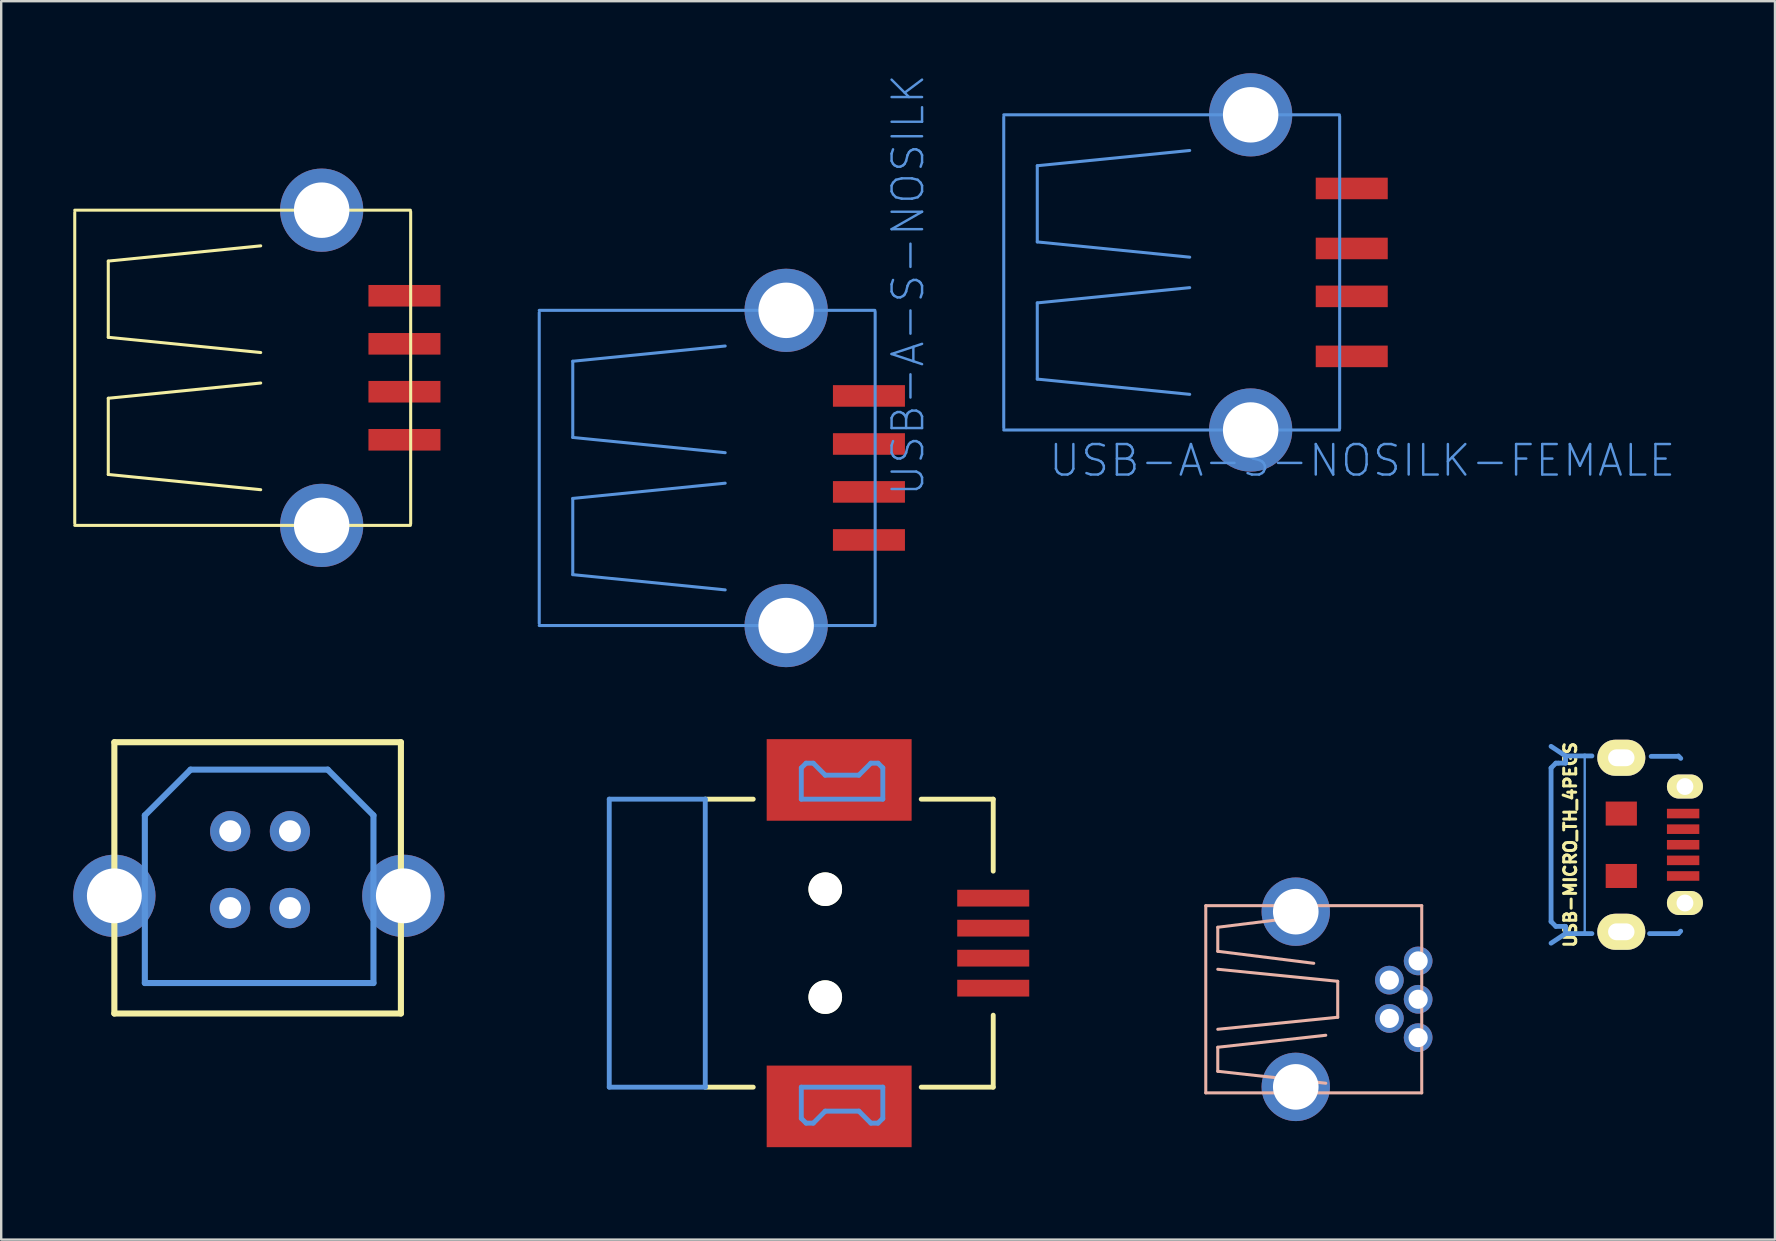
<source format=kicad_pcb>
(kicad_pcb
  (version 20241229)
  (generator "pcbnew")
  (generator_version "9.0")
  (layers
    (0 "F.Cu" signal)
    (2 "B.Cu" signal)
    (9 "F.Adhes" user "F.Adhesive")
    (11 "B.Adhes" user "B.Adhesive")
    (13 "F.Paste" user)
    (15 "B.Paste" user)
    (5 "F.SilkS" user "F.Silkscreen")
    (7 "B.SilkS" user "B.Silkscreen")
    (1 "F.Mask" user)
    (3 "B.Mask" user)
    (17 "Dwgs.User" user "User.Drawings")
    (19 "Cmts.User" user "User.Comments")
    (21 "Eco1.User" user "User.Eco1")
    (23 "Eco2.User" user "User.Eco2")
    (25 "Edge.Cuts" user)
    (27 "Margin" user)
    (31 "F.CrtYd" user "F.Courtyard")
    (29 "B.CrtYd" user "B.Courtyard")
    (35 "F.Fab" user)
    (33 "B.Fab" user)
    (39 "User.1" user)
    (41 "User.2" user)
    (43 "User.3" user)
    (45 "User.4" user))
  (footprint "USB-B-PTH-VERTICAL"
    (layer "F.Cu")
    (at 1.714 39.174)
    (property "Reference" "USB-B-PTH-VERTICAL" (at 10.516 1.676 0) (layer "Eco1.User") (effects (font (size 0.813 0.813) (thickness 0.064))))
    (attr through_hole)
    (fp_line (start 0 -11.303) (end 0 0) (stroke (width 0.254) (type solid)) (layer "F.SilkS"))
    (fp_line (start 0 0) (end 11.938 0) (stroke (width 0.254) (type solid)) (layer "F.SilkS"))
    (fp_line (start 11.938 -11.303) (end 0 -11.303) (stroke (width 0.254) (type solid)) (layer "F.SilkS"))
    (fp_line (start 11.938 0) (end 11.938 -11.303) (stroke (width 0.254) (type solid)) (layer "F.SilkS"))
    (fp_line (start 1.27 -8.255) (end 1.27 -1.27) (stroke (width 0.254) (type solid)) (layer "Cmts.User"))
    (fp_line (start 1.27 -1.27) (end 10.795 -1.27) (stroke (width 0.254) (type solid)) (layer "Cmts.User"))
    (fp_line (start 3.175 -10.16) (end 1.27 -8.255) (stroke (width 0.254) (type solid)) (layer "Cmts.User"))
    (fp_line (start 8.89 -10.16) (end 3.175 -10.16) (stroke (width 0.254) (type solid)) (layer "Cmts.User"))
    (fp_line (start 10.795 -8.255) (end 8.89 -10.16) (stroke (width 0.254) (type solid)) (layer "Cmts.User"))
    (fp_line (start 10.795 -1.27) (end 10.795 -8.255) (stroke (width 0.254) (type solid)) (layer "Cmts.User"))
    (pad "D+" thru_hole oval (at 4.826 -4.394 270) (size 1.676 1.676) (drill 0.914) (layers "*.Cu" "*.Mask"))
    (pad "D-" thru_hole oval (at 4.826 -7.595 270) (size 1.676 1.676) (drill 0.914) (layers "*.Cu" "*.Mask"))
    (pad "GND" thru_hole oval (at 7.315 -4.394 90) (size 1.676 1.676) (drill 0.914) (layers "*.Cu" "*.Mask"))
    (pad "P$1" thru_hole oval (at 0 -4.902) (size 3.429 3.429) (drill 2.286) (layers "*.Cu" "*.Mask"))
    (pad "P$2" thru_hole oval (at 12.04 -4.902) (size 3.429 3.429) (drill 2.286) (layers "*.Cu" "*.Mask"))
    (pad "VBUS" thru_hole oval (at 7.315 -7.595 90) (size 1.676 1.676) (drill 0.914) (layers "*.Cu" "*.Mask")))
  (footprint "USB-MICRO_TH_4PEGS"
    (layer "F.Cu")
    (at 67.071 32.144)
    (property "Reference" "USB-MICRO_TH_4PEGS" (at -4.7 0 90) (layer "F.SilkS") (effects (font (size 0.5 0.5) (thickness 0.125))))
    (attr smd)
    (fp_line (start -5.502 -3.2) (end -5.502 3.2) (stroke (width 0.201) (type solid)) (layer "Cmts.User"))
    (fp_line (start -5.502 4.1) (end -4.9 3.701) (stroke (width 0.201) (type solid)) (layer "Cmts.User"))
    (fp_line (start -5.301 -3.401) (end -5.502 -3.2) (stroke (width 0.201) (type solid)) (layer "Cmts.User"))
    (fp_line (start -5.301 3.401) (end -5.502 3.2) (stroke (width 0.201) (type solid)) (layer "Cmts.User"))
    (fp_line (start -5.199 -3.401) (end -5.301 -3.401) (stroke (width 0.201) (type solid)) (layer "Cmts.User"))
    (fp_line (start -4.9 -3.701) (end -5.502 -4.1) (stroke (width 0.201) (type solid)) (layer "Cmts.User"))
    (fp_line (start -4.9 -3.701) (end -4.9 -3.5) (stroke (width 0.201) (type solid)) (layer "Cmts.User"))
    (fp_line (start -4.9 -3.5) (end -4.9 -3.401) (stroke (width 0.201) (type solid)) (layer "Cmts.User"))
    (fp_line (start -4.9 -3.401) (end -5.199 -3.401) (stroke (width 0.201) (type solid)) (layer "Cmts.User"))
    (fp_line (start -4.9 3.401) (end -5.301 3.401) (stroke (width 0.201) (type solid)) (layer "Cmts.User"))
    (fp_line (start -4.9 3.701) (end -4.9 3.401) (stroke (width 0.201) (type solid)) (layer "Cmts.User"))
    (fp_line (start -4.9 3.701) (end -4.1 3.701) (stroke (width 0.201) (type solid)) (layer "Cmts.User"))
    (fp_line (start -4.1 -3.701) (end -4.9 -3.701) (stroke (width 0.201) (type solid)) (layer "Cmts.User"))
    (fp_line (start -4.1 -3.701) (end -4.1 3.701) (stroke (width 0.099) (type solid)) (layer "Cmts.User"))
    (fp_line (start -4.1 -3.701) (end -3.8 -3.701) (stroke (width 0.201) (type solid)) (layer "Cmts.User"))
    (fp_line (start -4.1 3.701) (end -3.8 3.701) (stroke (width 0.201) (type solid)) (layer "Cmts.User"))
    (fp_line (start -0.254 -3.683) (end -1.333 -3.683) (stroke (width 0.2) (type solid)) (layer "Cmts.User"))
    (fp_line (start -0.201 3.701) (end -1.4 3.701) (stroke (width 0.201) (type solid)) (layer "Cmts.User"))
    (fp_line (start -0.201 3.701) (end -0.102 3.599) (stroke (width 0.201) (type solid)) (layer "Cmts.User"))
    (fp_line (start -0.099 -3.599) (end -0.198 -3.701) (stroke (width 0.201) (type solid)) (layer "Cmts.User"))
    (pad "1" smd rect (at 0 -1.3) (size 1.349 0.399) (layers "F.Cu" "F.Mask" "F.Paste"))
    (pad "2" smd rect (at 0 -0.65) (size 1.349 0.399) (layers "F.Cu" "F.Mask" "F.Paste"))
    (pad "3" smd rect (at 0 0) (size 1.349 0.399) (layers "F.Cu" "F.Mask" "F.Paste"))
    (pad "4" smd rect (at 0 0.65) (size 1.349 0.399) (layers "F.Cu" "F.Mask" "F.Paste"))
    (pad "5" smd rect (at 0 1.3) (size 1.349 0.399) (layers "F.Cu" "F.Mask" "F.Paste"))
    (pad "MNT" thru_hole oval (at -2.576 -3.625) (size 1.999 1.501) (drill oval 1.1 0.701) (layers "*.Cu" "*.Mask" "F.SilkS"))
    (pad "MNT" smd rect (at -2.576 -1.3) (size 1.3 1.001) (layers "F.Cu" "F.Mask" "F.Paste"))
    (pad "MNT" smd rect (at -2.576 1.3) (size 1.3 1.001) (layers "F.Cu" "F.Mask" "F.Paste"))
    (pad "MNT" thru_hole oval (at -2.576 3.625) (size 1.999 1.501) (drill oval 1.1 0.701) (layers "*.Cu" "*.Mask" "F.SilkS"))
    (pad "MNT" thru_hole oval (at 0.076 -2.426) (size 1.501 1.001) (drill 0.701) (layers "*.Cu" "*.Mask" "F.SilkS"))
    (pad "MNT" thru_hole oval (at 0.076 2.426) (size 1.501 1.001) (drill 0.701) (layers "*.Cu" "*.Mask" "F.SilkS")))
  (footprint "USB-B-SMT"
    (layer "F.Cu")
    (at 31.331 36.243)
    (property "Reference" "USB-B-SMT" (at 6.838 8.428 0) (layer "Eco1.User") (effects (font (size 1.27 1.27) (thickness 0.102))))
    (attr through_hole)
    (fp_line (start -4.999 -5.999) (end -3 -5.999) (stroke (width 0.203) (type solid)) (layer "F.SilkS"))
    (fp_line (start -4.999 5.999) (end -3 5.999) (stroke (width 0.203) (type solid)) (layer "F.SilkS"))
    (fp_line (start 3.998 5.999) (end 6.998 5.999) (stroke (width 0.203) (type solid)) (layer "F.SilkS"))
    (fp_line (start 6.998 -5.999) (end 3.998 -5.999) (stroke (width 0.203) (type solid)) (layer "F.SilkS"))
    (fp_line (start 6.998 -3) (end 6.998 -5.999) (stroke (width 0.203) (type solid)) (layer "F.SilkS"))
    (fp_line (start 6.998 5.999) (end 6.998 3) (stroke (width 0.203) (type solid)) (layer "F.SilkS"))
    (fp_line (start -8.999 -5.999) (end -8.999 5.999) (stroke (width 0.203) (type solid)) (layer "Cmts.User"))
    (fp_line (start -8.999 5.999) (end -4.999 5.999) (stroke (width 0.203) (type solid)) (layer "Cmts.User"))
    (fp_line (start -4.999 -5.999) (end -8.999 -5.999) (stroke (width 0.203) (type solid)) (layer "Cmts.User"))
    (fp_line (start -4.999 -5.999) (end -4.999 5.999) (stroke (width 0.203) (type solid)) (layer "Cmts.User"))
    (fp_line (start -0.998 -7.3) (end -0.798 -7.498) (stroke (width 0.203) (type solid)) (layer "Cmts.User"))
    (fp_line (start -0.998 -5.999) (end -0.998 -7.3) (stroke (width 0.203) (type solid)) (layer "Cmts.User"))
    (fp_line (start -0.998 5.999) (end -0.998 7.3) (stroke (width 0.203) (type solid)) (layer "Cmts.User"))
    (fp_line (start -0.998 5.999) (end 2.398 5.999) (stroke (width 0.203) (type solid)) (layer "Cmts.User"))
    (fp_line (start -0.998 7.3) (end -0.798 7.498) (stroke (width 0.203) (type solid)) (layer "Cmts.User"))
    (fp_line (start -0.798 -7.498) (end -0.498 -7.498) (stroke (width 0.203) (type solid)) (layer "Cmts.User"))
    (fp_line (start -0.798 7.498) (end -0.498 7.498) (stroke (width 0.203) (type solid)) (layer "Cmts.User"))
    (fp_line (start -0.498 -7.498) (end 0 -6.998) (stroke (width 0.203) (type solid)) (layer "Cmts.User"))
    (fp_line (start -0.498 7.498) (end 0 6.998) (stroke (width 0.203) (type solid)) (layer "Cmts.User"))
    (fp_line (start 0 -6.998) (end 1.4 -6.998) (stroke (width 0.203) (type solid)) (layer "Cmts.User"))
    (fp_line (start 1.4 6.998) (end 0 6.998) (stroke (width 0.203) (type solid)) (layer "Cmts.User"))
    (fp_line (start 1.9 -7.498) (end 1.4 -6.998) (stroke (width 0.203) (type solid)) (layer "Cmts.User"))
    (fp_line (start 1.9 7.498) (end 1.4 6.998) (stroke (width 0.203) (type solid)) (layer "Cmts.User"))
    (fp_line (start 2.2 -7.498) (end 1.9 -7.498) (stroke (width 0.203) (type solid)) (layer "Cmts.User"))
    (fp_line (start 2.2 7.498) (end 1.9 7.498) (stroke (width 0.203) (type solid)) (layer "Cmts.User"))
    (fp_line (start 2.2 7.498) (end 2.398 7.3) (stroke (width 0.203) (type solid)) (layer "Cmts.User"))
    (fp_line (start 2.398 -7.3) (end 2.2 -7.498) (stroke (width 0.203) (type solid)) (layer "Cmts.User"))
    (fp_line (start 2.398 -5.999) (end -0.998 -5.999) (stroke (width 0.203) (type solid)) (layer "Cmts.User"))
    (fp_line (start 2.398 -5.999) (end 2.398 -7.3) (stroke (width 0.203) (type solid)) (layer "Cmts.User"))
    (fp_line (start 2.398 5.999) (end 2.398 7.3) (stroke (width 0.203) (type solid)) (layer "Cmts.User"))
    (pad "" np_thru_hole circle (at 0 -2.248) (size 1.4 1.4) (drill 1.4) (layers "*.Cu" "*.Mask" "F.SilkS"))
    (pad "" np_thru_hole circle (at 0 2.248) (size 1.4 1.4) (drill 1.4) (layers "*.Cu" "*.Mask" "F.SilkS"))
    (pad "5" smd rect (at 0.579 -6.8) (size 6.038 3.399) (layers "F.Cu" "F.Mask" "F.Paste"))
    (pad "6" smd rect (at 0.579 6.8) (size 6.038 3.399) (layers "F.Cu" "F.Mask" "F.Paste"))
    (pad "D+" smd rect (at 6.998 -1.875) (size 3 0.699) (layers "F.Cu" "F.Mask" "F.Paste"))
    (pad "D-" smd rect (at 6.998 -0.625) (size 3 0.699) (layers "F.Cu" "F.Mask" "F.Paste"))
    (pad "GND" smd rect (at 6.998 0.625) (size 3 0.699) (layers "F.Cu" "F.Mask" "F.Paste"))
    (pad "VUSB" smd rect (at 6.998 1.875) (size 3 0.699) (layers "F.Cu" "F.Mask" "F.Paste")))
  (footprint "USB-A-S-NOSILK"
    (layer "F.Cu")
    (at 29.702 16.445)
    (property "Reference" "USB-A-S-NOSILK" (at 5.08 -7.62 90) (layer "Cmts.User") (effects (font (size 1.27 1.27) (thickness 0.102))))
    (attr through_hole)
    (fp_line (start -10.287 -6.477) (end -10.287 6.477) (stroke (width 0.127) (type solid)) (layer "Cmts.User"))
    (fp_line (start -8.89 -4.445) (end -8.89 -1.27) (stroke (width 0.127) (type solid)) (layer "Cmts.User"))
    (fp_line (start -8.89 -1.27) (end -2.54 -0.635) (stroke (width 0.127) (type solid)) (layer "Cmts.User"))
    (fp_line (start -8.89 1.27) (end -2.54 0.635) (stroke (width 0.127) (type solid)) (layer "Cmts.User"))
    (fp_line (start -8.89 4.445) (end -8.89 1.27) (stroke (width 0.127) (type solid)) (layer "Cmts.User"))
    (fp_line (start -2.54 -5.08) (end -8.89 -4.445) (stroke (width 0.127) (type solid)) (layer "Cmts.User"))
    (fp_line (start -2.54 5.08) (end -8.89 4.445) (stroke (width 0.127) (type solid)) (layer "Cmts.User"))
    (fp_line (start 3.696 -6.566) (end -10.287 -6.566) (stroke (width 0.127) (type solid)) (layer "Cmts.User"))
    (fp_line (start 3.696 6.566) (end -10.287 6.566) (stroke (width 0.127) (type solid)) (layer "Cmts.User"))
    (fp_line (start 3.708 -6.502) (end 3.708 6.502) (stroke (width 0.127) (type solid)) (layer "Cmts.User"))
    (pad "D+" smd rect (at 3.449 0.998) (size 3 0.899) (layers "F.Cu" "F.Mask" "F.Paste"))
    (pad "D-" smd rect (at 3.449 -0.998) (size 3 0.899) (layers "F.Cu" "F.Mask" "F.Paste"))
    (pad "GND" smd rect (at 3.449 3) (size 3 0.899) (layers "F.Cu" "F.Mask" "F.Paste"))
    (pad "P$5" thru_hole oval (at 0 6.566 270) (size 3.467 3.467) (drill 2.311) (layers "*.Cu" "*.Mask"))
    (pad "P$6" thru_hole oval (at 0 -6.566 270) (size 3.467 3.467) (drill 2.311) (layers "*.Cu" "*.Mask"))
    (pad "VBUS" smd rect (at 3.449 -3) (size 3 0.899) (layers "F.Cu" "F.Mask" "F.Paste")))
  (footprint "USB-MB-H"
    (layer "F.Cu")
    (at 50.933 38.581)
    (property "Reference" "USB-MB-H" (at 6.614 -5.309 90) (layer "Eco1.User") (effects (font (size 1.27 1.27) (thickness 0.102))))
    (attr through_hole)
    (fp_line (start -3.749 -3.899) (end -3.749 3.899) (stroke (width 0.127) (type solid)) (layer "B.SilkS"))
    (fp_line (start -3.749 -3.899) (end 5.248 -3.899) (stroke (width 0.127) (type solid)) (layer "B.SilkS"))
    (fp_line (start -3.749 3.899) (end 5.248 3.899) (stroke (width 0.127) (type solid)) (layer "B.SilkS"))
    (fp_line (start -3.249 -3) (end -3.249 -1.999) (stroke (width 0.127) (type solid)) (layer "B.SilkS"))
    (fp_line (start -3.249 -1.999) (end 0.749 -1.499) (stroke (width 0.127) (type solid)) (layer "B.SilkS"))
    (fp_line (start -3.249 -1.25) (end 1.748 -0.749) (stroke (width 0.127) (type solid)) (layer "B.SilkS"))
    (fp_line (start -3.249 1.999) (end 1.25 1.499) (stroke (width 0.127) (type solid)) (layer "B.SilkS"))
    (fp_line (start -3.249 3) (end -3.249 1.999) (stroke (width 0.127) (type solid)) (layer "B.SilkS"))
    (fp_line (start 0.749 -3.498) (end -3.249 -3) (stroke (width 0.127) (type solid)) (layer "B.SilkS"))
    (fp_line (start 1.25 3.498) (end -3.249 3) (stroke (width 0.127) (type solid)) (layer "B.SilkS"))
    (fp_line (start 1.748 -0.749) (end 1.748 0.749) (stroke (width 0.127) (type solid)) (layer "B.SilkS"))
    (fp_line (start 1.748 0.749) (end -3.249 1.25) (stroke (width 0.127) (type solid)) (layer "B.SilkS"))
    (fp_line (start 5.248 -3.899) (end 5.248 3.899) (stroke (width 0.127) (type solid)) (layer "B.SilkS"))
    (pad "D+" thru_hole oval (at 5.098 0) (size 1.196 1.196) (drill 0.798) (layers "*.Cu" "*.Mask"))
    (pad "D-" thru_hole oval (at 3.899 -0.798) (size 1.196 1.196) (drill 0.798) (layers "*.Cu" "*.Mask"))
    (pad "GND" thru_hole oval (at 5.098 1.598) (size 1.196 1.196) (drill 0.798) (layers "*.Cu" "*.Mask"))
    (pad "ID" thru_hole oval (at 3.899 0.798) (size 1.196 1.196) (drill 0.798) (layers "*.Cu" "*.Mask"))
    (pad "P$6" thru_hole oval (at 0 3.65) (size 2.85 2.85) (drill 1.9) (layers "*.Cu" "*.Mask"))
    (pad "P$7" thru_hole oval (at 0 -3.65) (size 2.85 2.85) (drill 1.9) (layers "*.Cu" "*.Mask"))
    (pad "VBUS" thru_hole oval (at 5.098 -1.598) (size 1.196 1.196) (drill 0.798) (layers "*.Cu" "*.Mask")))
  (footprint "USB-A-S"
    (layer "F.Cu")
    (at 10.351 12.272)
    (property "Reference" "USB-A-S" (at 5.08 -7.62 90) (layer "Eco1.User") (effects (font (size 1.27 1.27) (thickness 0.102))))
    (attr through_hole)
    (fp_line (start -10.287 -6.477) (end -10.287 6.477) (stroke (width 0.127) (type solid)) (layer "F.SilkS"))
    (fp_line (start -8.89 -4.445) (end -8.89 -1.27) (stroke (width 0.127) (type solid)) (layer "F.SilkS"))
    (fp_line (start -8.89 -1.27) (end -2.54 -0.635) (stroke (width 0.127) (type solid)) (layer "F.SilkS"))
    (fp_line (start -8.89 1.27) (end -2.54 0.635) (stroke (width 0.127) (type solid)) (layer "F.SilkS"))
    (fp_line (start -8.89 4.445) (end -8.89 1.27) (stroke (width 0.127) (type solid)) (layer "F.SilkS"))
    (fp_line (start -2.54 -5.08) (end -8.89 -4.445) (stroke (width 0.127) (type solid)) (layer "F.SilkS"))
    (fp_line (start -2.54 5.08) (end -8.89 4.445) (stroke (width 0.127) (type solid)) (layer "F.SilkS"))
    (fp_line (start 3.696 -6.566) (end -10.287 -6.566) (stroke (width 0.127) (type solid)) (layer "F.SilkS"))
    (fp_line (start 3.696 6.566) (end -10.287 6.566) (stroke (width 0.127) (type solid)) (layer "F.SilkS"))
    (fp_line (start 3.708 -6.502) (end 3.708 6.502) (stroke (width 0.127) (type solid)) (layer "F.SilkS"))
    (pad "D+" smd rect (at 3.449 0.998) (size 3 0.899) (layers "F.Cu" "F.Mask" "F.Paste"))
    (pad "D-" smd rect (at 3.449 -0.998) (size 3 0.899) (layers "F.Cu" "F.Mask" "F.Paste"))
    (pad "GND" smd rect (at 3.449 3) (size 3 0.899) (layers "F.Cu" "F.Mask" "F.Paste"))
    (pad "P$5" thru_hole oval (at 0 6.566 270) (size 3.467 3.467) (drill 2.311) (layers "*.Cu" "*.Mask"))
    (pad "P$6" thru_hole oval (at 0 -6.566 270) (size 3.467 3.467) (drill 2.311) (layers "*.Cu" "*.Mask"))
    (pad "VBUS" smd rect (at 3.449 -3) (size 3 0.899) (layers "F.Cu" "F.Mask" "F.Paste")))
  (footprint "USB-A-S-NOSILK-FEMALE"
    (layer "F.Cu")
    (at 49.054 8.299)
    (property "Reference" "USB-A-S-NOSILK-FEMALE" (at 4.648 7.838 0) (layer "Cmts.User") (effects (font (size 1.27 1.27) (thickness 0.102))))
    (attr through_hole)
    (fp_line (start -10.287 -6.477) (end -10.287 6.477) (stroke (width 0.127) (type solid)) (layer "Cmts.User"))
    (fp_line (start -8.89 -4.445) (end -8.89 -1.27) (stroke (width 0.127) (type solid)) (layer "Cmts.User"))
    (fp_line (start -8.89 -1.27) (end -2.54 -0.635) (stroke (width 0.127) (type solid)) (layer "Cmts.User"))
    (fp_line (start -8.89 1.27) (end -2.54 0.635) (stroke (width 0.127) (type solid)) (layer "Cmts.User"))
    (fp_line (start -8.89 4.445) (end -8.89 1.27) (stroke (width 0.127) (type solid)) (layer "Cmts.User"))
    (fp_line (start -2.54 -5.08) (end -8.89 -4.445) (stroke (width 0.127) (type solid)) (layer "Cmts.User"))
    (fp_line (start -2.54 5.08) (end -8.89 4.445) (stroke (width 0.127) (type solid)) (layer "Cmts.User"))
    (fp_line (start 3.696 -6.566) (end -10.287 -6.566) (stroke (width 0.127) (type solid)) (layer "Cmts.User"))
    (fp_line (start 3.696 6.566) (end -10.287 6.566) (stroke (width 0.127) (type solid)) (layer "Cmts.User"))
    (fp_line (start 3.708 -6.502) (end 3.708 6.502) (stroke (width 0.127) (type solid)) (layer "Cmts.User"))
    (pad "D+" smd rect (at 4.211 0.998) (size 3 0.899) (layers "F.Cu" "F.Mask" "F.Paste"))
    (pad "D-" smd rect (at 4.211 -0.998) (size 3 0.899) (layers "F.Cu" "F.Mask" "F.Paste"))
    (pad "GND" smd rect (at 4.211 3.498) (size 3 0.899) (layers "F.Cu" "F.Mask" "F.Paste"))
    (pad "P$5" thru_hole oval (at 0 6.566 270) (size 3.467 3.467) (drill 2.311) (layers "*.Cu" "*.Mask"))
    (pad "P$6" thru_hole oval (at 0 -6.566 270) (size 3.467 3.467) (drill 2.311) (layers "*.Cu" "*.Mask"))
    (pad "VBUS" smd rect (at 4.211 -3.498) (size 3 0.899) (layers "F.Cu" "F.Mask" "F.Paste")))
  (gr_rect
    (start -3 -3)
    (end 70.898 48.592)
    (stroke (width 0.1) (type default))
    (fill no)
    (layer "Edge.Cuts")))
</source>
